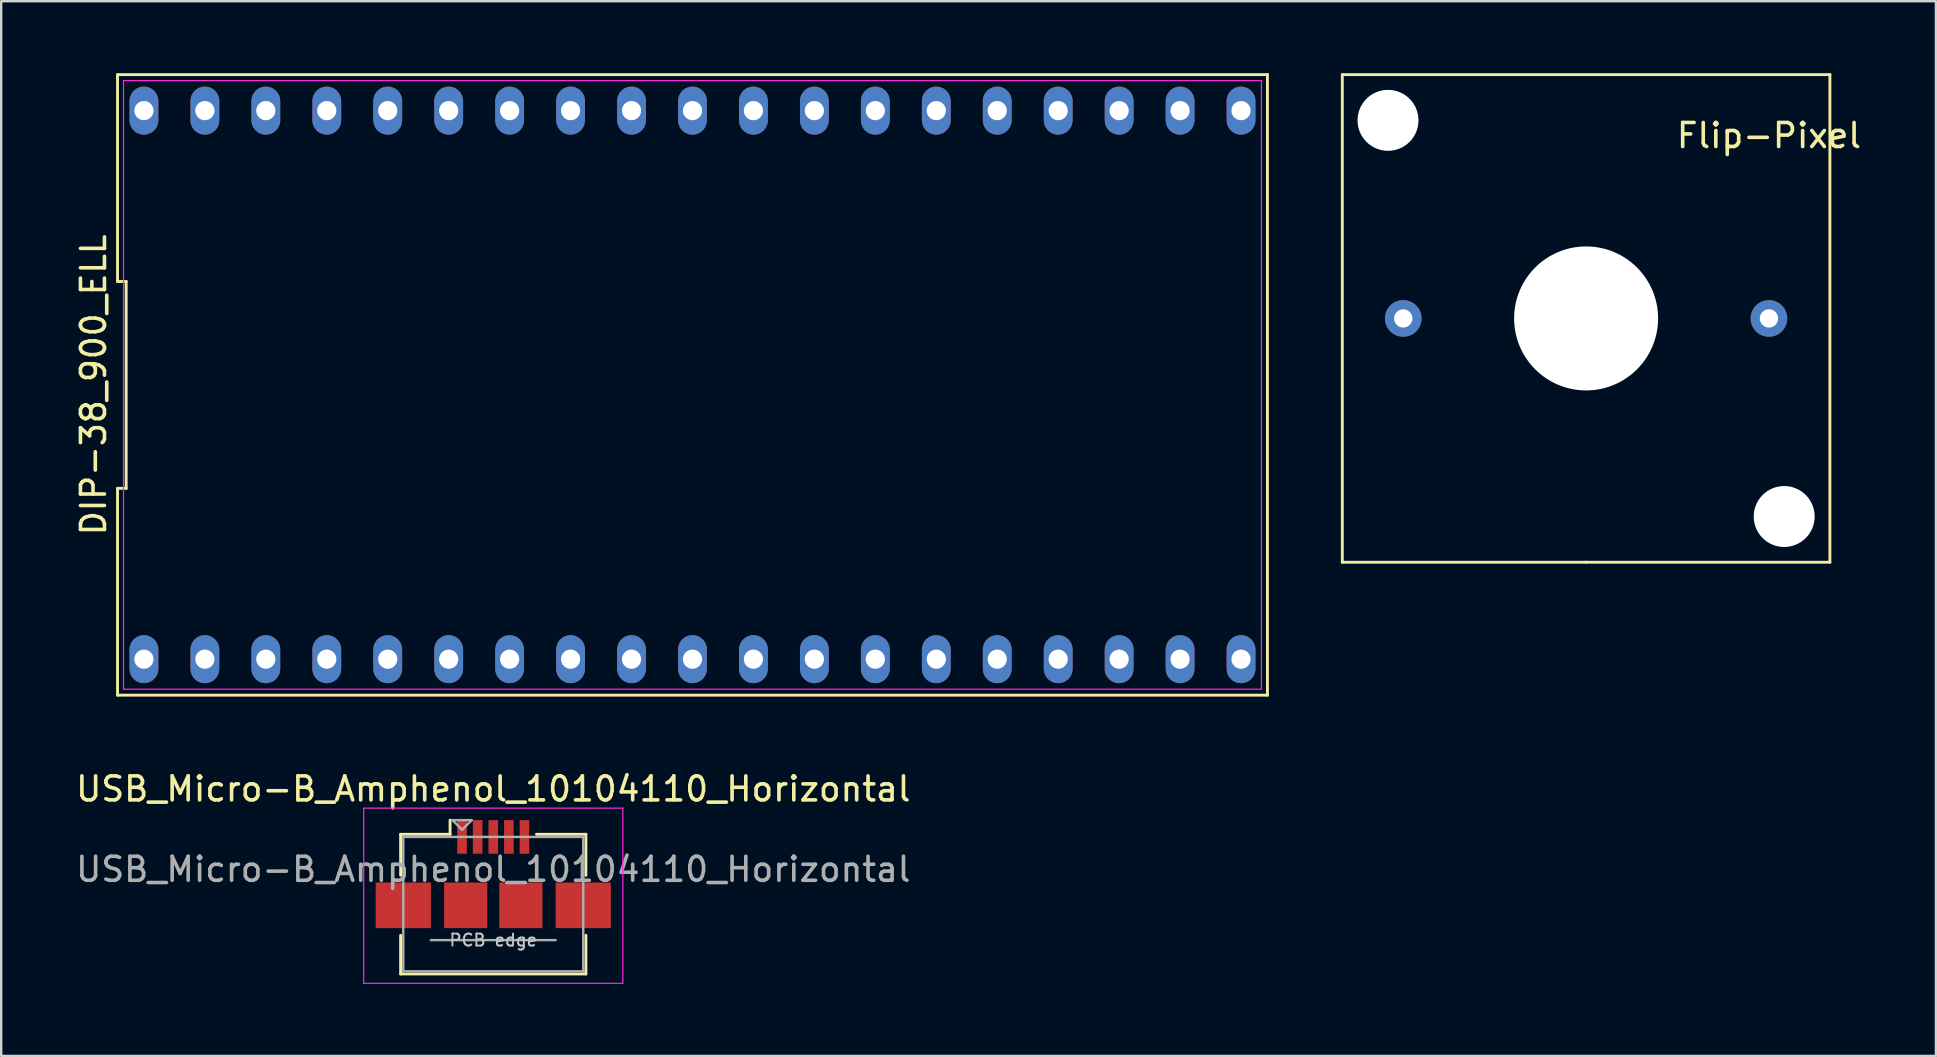
<source format=kicad_pcb>
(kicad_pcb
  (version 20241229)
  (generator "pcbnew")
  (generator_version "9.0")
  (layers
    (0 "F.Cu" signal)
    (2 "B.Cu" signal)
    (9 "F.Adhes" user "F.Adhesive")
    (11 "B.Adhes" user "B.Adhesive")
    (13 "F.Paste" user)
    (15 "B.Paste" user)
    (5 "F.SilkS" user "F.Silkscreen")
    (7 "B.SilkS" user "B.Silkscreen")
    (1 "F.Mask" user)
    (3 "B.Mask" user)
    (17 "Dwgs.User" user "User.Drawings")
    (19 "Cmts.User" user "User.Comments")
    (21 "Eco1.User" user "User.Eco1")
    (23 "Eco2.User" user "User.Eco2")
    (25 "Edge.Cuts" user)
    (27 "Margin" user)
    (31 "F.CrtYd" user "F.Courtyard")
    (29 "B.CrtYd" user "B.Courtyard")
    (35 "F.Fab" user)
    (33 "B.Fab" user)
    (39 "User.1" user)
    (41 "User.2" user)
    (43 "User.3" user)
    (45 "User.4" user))
  (footprint "USB_Micro-B_Amphenol_10104110_Horizontal"
    (layer "F.Cu")
    (at 17.506 33.378)
    (property "Reference" "USB_Micro-B_Amphenol_10104110_Horizontal" (at 0 -3.55 0) (layer "F.SilkS") (effects (font (size 1 1) (thickness 0.15))))
    (attr smd)
    (fp_line (start -3.86 -1.66) (end -1.8 -1.66) (stroke (width 0.12) (type solid)) (layer "F.SilkS"))
    (fp_line (start -3.86 0.05) (end -3.86 -1.66) (stroke (width 0.12) (type solid)) (layer "F.SilkS"))
    (fp_line (start -3.86 4.16) (end -3.86 2.55) (stroke (width 0.12) (type solid)) (layer "F.SilkS"))
    (fp_line (start -3.86 4.16) (end 3.86 4.16) (stroke (width 0.12) (type solid)) (layer "F.SilkS"))
    (fp_line (start -1.8 -1.66) (end -1.8 -2.25) (stroke (width 0.12) (type solid)) (layer "F.SilkS"))
    (fp_line (start 3.86 -1.66) (end 1.8 -1.66) (stroke (width 0.12) (type solid)) (layer "F.SilkS"))
    (fp_line (start 3.86 0.05) (end 3.86 -1.66) (stroke (width 0.12) (type solid)) (layer "F.SilkS"))
    (fp_line (start 3.86 4.16) (end 3.86 2.55) (stroke (width 0.12) (type solid)) (layer "F.SilkS"))
    (fp_line (start -5.4 -2.75) (end -5.4 4.55) (stroke (width 0.05) (type solid)) (layer "F.CrtYd"))
    (fp_line (start -5.4 4.55) (end 5.4 4.55) (stroke (width 0.05) (type solid)) (layer "F.CrtYd"))
    (fp_line (start 5.4 -2.75) (end -5.4 -2.75) (stroke (width 0.05) (type solid)) (layer "F.CrtYd"))
    (fp_line (start 5.4 4.55) (end 5.4 -2.75) (stroke (width 0.05) (type solid)) (layer "F.CrtYd"))
    (fp_line (start -3.75 -1.55) (end 3.75 -1.55) (stroke (width 0.1) (type solid)) (layer "F.Fab"))
    (fp_line (start -3.75 4.05) (end -3.75 -1.55) (stroke (width 0.1) (type solid)) (layer "F.Fab"))
    (fp_line (start -2.6 2.75) (end 2.6 2.75) (stroke (width 0.1) (type solid)) (layer "F.Fab"))
    (fp_line (start -1.7 -2.25) (end -1.3 -1.85) (stroke (width 0.1) (type solid)) (layer "F.Fab"))
    (fp_line (start -1.3 -1.85) (end -0.9 -2.25) (stroke (width 0.1) (type solid)) (layer "F.Fab"))
    (fp_line (start -0.9 -2.25) (end -1.7 -2.25) (stroke (width 0.1) (type solid)) (layer "F.Fab"))
    (fp_line (start 3.75 -1.55) (end 3.75 4.05) (stroke (width 0.1) (type solid)) (layer "F.Fab"))
    (fp_line (start 3.75 4.05) (end -3.75 4.05) (stroke (width 0.1) (type solid)) (layer "F.Fab"))
    (fp_text user "PCB edge" (at 0 2.75 0) (layer "Dwgs.User") (effects (font (size 0.5 0.5) (thickness 0.08))))
    (fp_text user "${REFERENCE}" (at 0 -0.2 0) (layer "F.Fab") (effects (font (size 1 1) (thickness 0.15))))
    (pad "1" smd rect (at -1.3 -1.55) (size 0.4 1.4) (layers "F.Cu" "F.Mask" "F.Paste"))
    (pad "2" smd rect (at -0.65 -1.55) (size 0.4 1.4) (layers "F.Cu" "F.Mask" "F.Paste"))
    (pad "3" smd rect (at 0 -1.55) (size 0.4 1.4) (layers "F.Cu" "F.Mask" "F.Paste"))
    (pad "4" smd rect (at 0.65 -1.55) (size 0.4 1.4) (layers "F.Cu" "F.Mask" "F.Paste"))
    (pad "5" smd rect (at 1.3 -1.55) (size 0.4 1.4) (layers "F.Cu" "F.Mask" "F.Paste"))
    (pad "6" smd rect (at -3.75 1.3) (size 2.3 1.9) (layers "F.Cu" "F.Mask" "F.Paste"))
    (pad "6" smd rect (at -1.15 1.3) (size 1.8 1.9) (layers "F.Cu" "F.Mask" "F.Paste"))
    (pad "6" smd rect (at 1.15 1.3) (size 1.8 1.9) (layers "F.Cu" "F.Mask" "F.Paste"))
    (pad "6" smd rect (at 3.75 1.3) (size 2.3 1.9) (layers "F.Cu" "F.Mask" "F.Paste")))
  (footprint "DIP-38_900_ELL"
    (layer "F.Cu")
    (at 25.808 12.99)
    (property "Reference" "DIP-38_900_ELL" (at -24.96 0 90) (layer "F.SilkS") (effects (font (size 1 1) (thickness 0.15))))
    (attr through_hole)
    (fp_line (start -23.96 -12.93) (end -23.96 -4.31) (stroke (width 0.12) (type solid)) (layer "F.SilkS"))
    (fp_line (start -23.96 -4.31) (end -23.6 -4.31) (stroke (width 0.12) (type solid)) (layer "F.SilkS"))
    (fp_line (start -23.96 4.31) (end -23.96 12.93) (stroke (width 0.12) (type solid)) (layer "F.SilkS"))
    (fp_line (start -23.96 12.93) (end 23.96 12.93) (stroke (width 0.12) (type solid)) (layer "F.SilkS"))
    (fp_line (start -23.6 -4.31) (end -23.6 4.31) (stroke (width 0.12) (type solid)) (layer "F.SilkS"))
    (fp_line (start -23.6 4.31) (end -23.96 4.31) (stroke (width 0.12) (type solid)) (layer "F.SilkS"))
    (fp_line (start 23.96 -12.93) (end -23.96 -12.93) (stroke (width 0.12) (type solid)) (layer "F.SilkS"))
    (fp_line (start 23.96 12.93) (end 23.96 -12.93) (stroke (width 0.12) (type solid)) (layer "F.SilkS"))
    (fp_line (start -23.71 -12.68) (end 23.71 -12.68) (stroke (width 0.05) (type solid)) (layer "F.CrtYd"))
    (fp_line (start -23.71 12.68) (end -23.71 -12.68) (stroke (width 0.05) (type solid)) (layer "F.CrtYd"))
    (fp_line (start 23.71 -12.68) (end 23.71 12.68) (stroke (width 0.05) (type solid)) (layer "F.CrtYd"))
    (fp_line (start 23.71 12.68) (end -23.71 12.68) (stroke (width 0.05) (type solid)) (layer "F.CrtYd"))
    (pad "1" thru_hole oval (at -22.86 11.43) (size 1.2 2) (drill 0.8) (layers "*.Cu" "*.Mask"))
    (pad "2" thru_hole oval (at -20.32 11.43) (size 1.2 2) (drill 0.8) (layers "*.Cu" "*.Mask"))
    (pad "3" thru_hole oval (at -17.78 11.43) (size 1.2 2) (drill 0.8) (layers "*.Cu" "*.Mask"))
    (pad "4" thru_hole oval (at -15.24 11.43) (size 1.2 2) (drill 0.8) (layers "*.Cu" "*.Mask"))
    (pad "5" thru_hole oval (at -12.7 11.43) (size 1.2 2) (drill 0.8) (layers "*.Cu" "*.Mask"))
    (pad "6" thru_hole oval (at -10.16 11.43) (size 1.2 2) (drill 0.8) (layers "*.Cu" "*.Mask"))
    (pad "7" thru_hole oval (at -7.62 11.43) (size 1.2 2) (drill 0.8) (layers "*.Cu" "*.Mask"))
    (pad "8" thru_hole oval (at -5.08 11.43) (size 1.2 2) (drill 0.8) (layers "*.Cu" "*.Mask"))
    (pad "9" thru_hole oval (at -2.54 11.43) (size 1.2 2) (drill 0.8) (layers "*.Cu" "*.Mask"))
    (pad "10" thru_hole oval (at 0 11.43) (size 1.2 2) (drill 0.8) (layers "*.Cu" "*.Mask"))
    (pad "11" thru_hole oval (at 2.54 11.43) (size 1.2 2) (drill 0.8) (layers "*.Cu" "*.Mask"))
    (pad "12" thru_hole oval (at 5.08 11.43) (size 1.2 2) (drill 0.8) (layers "*.Cu" "*.Mask"))
    (pad "13" thru_hole oval (at 7.62 11.43) (size 1.2 2) (drill 0.8) (layers "*.Cu" "*.Mask"))
    (pad "14" thru_hole oval (at 10.16 11.43) (size 1.2 2) (drill 0.8) (layers "*.Cu" "*.Mask"))
    (pad "15" thru_hole oval (at 12.7 11.43) (size 1.2 2) (drill 0.8) (layers "*.Cu" "*.Mask"))
    (pad "16" thru_hole oval (at 15.24 11.43) (size 1.2 2) (drill 0.8) (layers "*.Cu" "*.Mask"))
    (pad "17" thru_hole oval (at 17.78 11.43) (size 1.2 2) (drill 0.8) (layers "*.Cu" "*.Mask"))
    (pad "18" thru_hole oval (at 20.32 11.43) (size 1.2 2) (drill 0.8) (layers "*.Cu" "*.Mask"))
    (pad "19" thru_hole oval (at 22.86 11.43) (size 1.2 2) (drill 0.8) (layers "*.Cu" "*.Mask"))
    (pad "20" thru_hole oval (at 22.86 -11.43) (size 1.2 2) (drill 0.8) (layers "*.Cu" "*.Mask"))
    (pad "21" thru_hole oval (at 20.32 -11.43) (size 1.2 2) (drill 0.8) (layers "*.Cu" "*.Mask"))
    (pad "22" thru_hole oval (at 17.78 -11.43) (size 1.2 2) (drill 0.8) (layers "*.Cu" "*.Mask"))
    (pad "23" thru_hole oval (at 15.24 -11.43) (size 1.2 2) (drill 0.8) (layers "*.Cu" "*.Mask"))
    (pad "24" thru_hole oval (at 12.7 -11.43) (size 1.2 2) (drill 0.8) (layers "*.Cu" "*.Mask"))
    (pad "25" thru_hole oval (at 10.16 -11.43) (size 1.2 2) (drill 0.8) (layers "*.Cu" "*.Mask"))
    (pad "26" thru_hole oval (at 7.62 -11.43) (size 1.2 2) (drill 0.8) (layers "*.Cu" "*.Mask"))
    (pad "27" thru_hole oval (at 5.08 -11.43) (size 1.2 2) (drill 0.8) (layers "*.Cu" "*.Mask"))
    (pad "28" thru_hole oval (at 2.54 -11.43) (size 1.2 2) (drill 0.8) (layers "*.Cu" "*.Mask"))
    (pad "29" thru_hole oval (at 0 -11.43) (size 1.2 2) (drill 0.8) (layers "*.Cu" "*.Mask"))
    (pad "30" thru_hole oval (at -2.54 -11.43) (size 1.2 2) (drill 0.8) (layers "*.Cu" "*.Mask"))
    (pad "31" thru_hole oval (at -5.08 -11.43) (size 1.2 2) (drill 0.8) (layers "*.Cu" "*.Mask"))
    (pad "32" thru_hole oval (at -7.62 -11.43) (size 1.2 2) (drill 0.8) (layers "*.Cu" "*.Mask"))
    (pad "33" thru_hole oval (at -10.16 -11.43) (size 1.2 2) (drill 0.8) (layers "*.Cu" "*.Mask"))
    (pad "34" thru_hole oval (at -12.7 -11.43) (size 1.2 2) (drill 0.8) (layers "*.Cu" "*.Mask"))
    (pad "35" thru_hole oval (at -15.24 -11.43) (size 1.2 2) (drill 0.8) (layers "*.Cu" "*.Mask"))
    (pad "36" thru_hole oval (at -17.78 -11.43) (size 1.2 2) (drill 0.8) (layers "*.Cu" "*.Mask"))
    (pad "37" thru_hole oval (at -20.32 -11.43) (size 1.2 2) (drill 0.8) (layers "*.Cu" "*.Mask"))
    (pad "38" thru_hole oval (at -22.86 -11.43) (size 1.2 2) (drill 0.8) (layers "*.Cu" "*.Mask")))
  (footprint "Flip-Pixel"
    (layer "F.Cu")
    (at 63.048 10.22)
    (property "Reference" "Flip-Pixel" (at 7.62 -7.62 0) (layer "F.SilkS") (effects (font (size 1 1) (thickness 0.15))))
    (attr through_hole)
    (fp_line (start -10.16 -10.16) (end -10.16 10.16) (stroke (width 0.12) (type solid)) (layer "F.SilkS"))
    (fp_line (start -10.16 10.16) (end 0 10.16) (stroke (width 0.12) (type solid)) (layer "F.SilkS"))
    (fp_line (start 0 10.16) (end 10.16 10.16) (stroke (width 0.12) (type solid)) (layer "F.SilkS"))
    (fp_line (start 10.16 -10.16) (end -10.16 -10.16) (stroke (width 0.12) (type solid)) (layer "F.SilkS"))
    (fp_line (start 10.16 10.16) (end 10.16 -10.16) (stroke (width 0.12) (type solid)) (layer "F.SilkS"))
    (pad "" np_thru_hole circle (at -8.255 -8.255) (size 2.54 2.54) (drill 2.54) (layers "*.Cu" "*.Mask"))
    (pad "" np_thru_hole circle (at 0 0) (size 6 6) (drill 6) (layers "*.Cu" "*.Mask"))
    (pad "" np_thru_hole circle (at 8.255 8.255) (size 2.54 2.54) (drill 2.54) (layers "*.Cu" "*.Mask"))
    (pad "1" thru_hole circle (at 7.62 0) (size 1.524 1.524) (drill 0.762) (layers "*.Cu" "*.Mask"))
    (pad "2" thru_hole circle (at -7.62 0) (size 1.524 1.524) (drill 0.762) (layers "*.Cu" "*.Mask")))
  (gr_rect
    (start -3 -3)
    (end 77.627 40.953)
    (stroke (width 0.1) (type default))
    (fill no)
    (layer "Edge.Cuts")))
</source>
